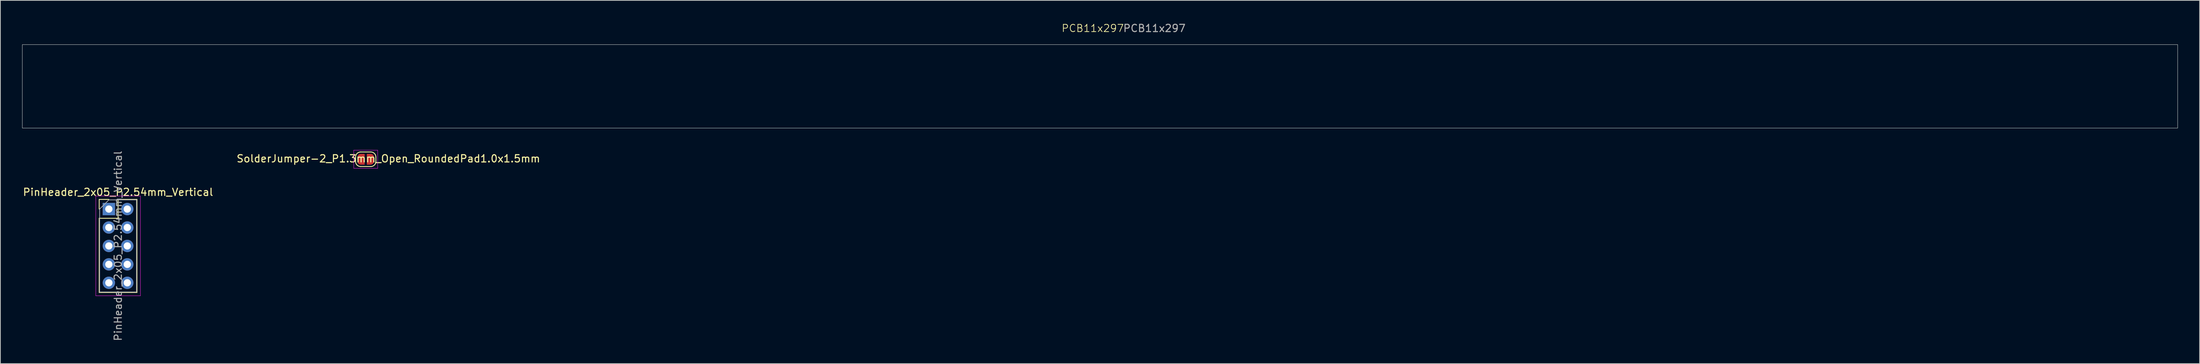
<source format=kicad_pcb>
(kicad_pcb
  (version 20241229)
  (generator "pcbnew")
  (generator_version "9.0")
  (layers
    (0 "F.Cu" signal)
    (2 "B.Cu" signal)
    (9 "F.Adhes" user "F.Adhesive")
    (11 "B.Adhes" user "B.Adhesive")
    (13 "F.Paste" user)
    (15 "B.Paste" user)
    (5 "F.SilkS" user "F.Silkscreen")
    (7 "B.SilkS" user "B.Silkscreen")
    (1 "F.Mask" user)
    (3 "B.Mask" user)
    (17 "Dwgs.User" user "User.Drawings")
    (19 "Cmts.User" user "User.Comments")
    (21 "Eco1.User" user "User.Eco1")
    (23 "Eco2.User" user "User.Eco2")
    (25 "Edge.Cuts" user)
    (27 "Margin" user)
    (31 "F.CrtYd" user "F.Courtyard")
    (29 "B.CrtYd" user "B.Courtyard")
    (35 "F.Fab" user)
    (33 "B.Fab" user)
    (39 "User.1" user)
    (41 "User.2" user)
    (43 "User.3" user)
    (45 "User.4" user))
  (footprint "PCB11x297"
    (layer "F.Cu")
    (at 148.525 8.848)
    (property "Reference" "PCB11x297" (at -1 -8 0) (unlocked yes) (layer "F.SilkS") (effects (font (size 1 1) (thickness 0.1))))
    (fp_rect (start -148.5 -5.75) (end 148.5 5.75) (stroke (width 0.05) (type default)) (fill no) (layer "Edge.Cuts"))
    (fp_text user "${REFERENCE}" (at 7.5 -8 0) (unlocked yes) (layer "F.Fab") (effects (font (size 1 1) (thickness 0.15)))))
  (footprint "SolderJumper-2_P1.3mm_Open_RoundedPad1.0x1.5mm"
    (layer "F.Cu")
    (at 47.346 18.898)
    (property "Reference" "SolderJumper-2_P1.3mm_Open_RoundedPad1.0x1.5mm" (at 3.124 -0.086 180) (layer "F.SilkS") (effects (font (size 1 1) (thickness 0.15))))
    (attr exclude_from_pos_files)
    (fp_line (start -1.4 0.3) (end -1.4 -0.3) (stroke (width 0.12) (type solid)) (layer "F.SilkS"))
    (fp_line (start -0.7 -1) (end 0.7 -1) (stroke (width 0.12) (type solid)) (layer "F.SilkS"))
    (fp_line (start 0.7 1) (end -0.7 1) (stroke (width 0.12) (type solid)) (layer "F.SilkS"))
    (fp_line (start 1.4 -0.3) (end 1.4 0.3) (stroke (width 0.12) (type solid)) (layer "F.SilkS"))
    (fp_arc (start -1.4 -0.3) (mid -1.194975 -0.794975) (end -0.7 -1) (stroke (width 0.12) (type solid)) (layer "F.SilkS"))
    (fp_arc (start -0.7 1) (mid -1.194975 0.794975) (end -1.4 0.3) (stroke (width 0.12) (type solid)) (layer "F.SilkS"))
    (fp_arc (start 0.7 -1) (mid 1.194975 -0.794975) (end 1.4 -0.3) (stroke (width 0.12) (type solid)) (layer "F.SilkS"))
    (fp_arc (start 1.4 0.3) (mid 1.194975 0.794975) (end 0.7 1) (stroke (width 0.12) (type solid)) (layer "F.SilkS"))
    (fp_line (start -1.65 -1.25) (end -1.65 1.25) (stroke (width 0.05) (type solid)) (layer "F.CrtYd"))
    (fp_line (start -1.65 -1.25) (end 1.65 -1.25) (stroke (width 0.05) (type solid)) (layer "F.CrtYd"))
    (fp_line (start 1.65 1.25) (end -1.65 1.25) (stroke (width 0.05) (type solid)) (layer "F.CrtYd"))
    (fp_line (start 1.65 1.25) (end 1.65 -1.25) (stroke (width 0.05) (type solid)) (layer "F.CrtYd"))
    (pad "1" smd custom (at -0.65 0) (size 1 0.5) (layers "F.Cu" "F.Mask") (options (anchor rect)) (primitives (gr_circle (center 0 0.25) (end 0.5 0.25) (width 0) (fill yes)) (gr_circle (center 0 -0.25) (end 0.5 -0.25) (width 0) (fill yes)) (gr_poly (pts (xy 0.5 0.75) (xy 0 0.75) (xy 0 -0.75) (xy 0.5 -0.75)) (width 0) (fill yes))))
    (pad "2" smd custom (at 0.65 0) (size 1 0.5) (layers "F.Cu" "F.Mask") (options (anchor rect)) (primitives (gr_circle (center 0 0.25) (end 0.5 0.25) (width 0) (fill yes)) (gr_circle (center 0 -0.25) (end 0.5 -0.25) (width 0) (fill yes)) (gr_poly (pts (xy 0 0.75) (xy -0.5 0.75) (xy -0.5 -0.75) (xy 0 -0.75)) (width 0) (fill yes)))))
  (footprint "PinHeader_2x05_P2.54mm_Vertical"
    (layer "F.Cu")
    (at 11.95 25.763)
    (property "Reference" "PinHeader_2x05_P2.54mm_Vertical" (at 1.27 -2.33 180) (layer "F.SilkS") (effects (font (size 1 1) (thickness 0.15))))
    (attr through_hole)
    (fp_line (start -1.33 -1.33) (end 0 -1.33) (stroke (width 0.12) (type solid)) (layer "F.SilkS"))
    (fp_line (start -1.33 0) (end -1.33 -1.33) (stroke (width 0.12) (type solid)) (layer "F.SilkS"))
    (fp_line (start -1.33 1.27) (end -1.33 11.49) (stroke (width 0.12) (type solid)) (layer "F.SilkS"))
    (fp_line (start -1.33 1.27) (end 1.27 1.27) (stroke (width 0.12) (type solid)) (layer "F.SilkS"))
    (fp_line (start -1.33 11.49) (end 3.87 11.49) (stroke (width 0.12) (type solid)) (layer "F.SilkS"))
    (fp_line (start 1.27 -1.33) (end 3.87 -1.33) (stroke (width 0.12) (type solid)) (layer "F.SilkS"))
    (fp_line (start 1.27 1.27) (end 1.27 -1.33) (stroke (width 0.12) (type solid)) (layer "F.SilkS"))
    (fp_line (start 3.87 -1.33) (end 3.87 11.49) (stroke (width 0.12) (type solid)) (layer "F.SilkS"))
    (fp_line (start -1.8 -1.8) (end -1.8 11.95) (stroke (width 0.05) (type solid)) (layer "F.CrtYd"))
    (fp_line (start -1.8 11.95) (end 4.35 11.95) (stroke (width 0.05) (type solid)) (layer "F.CrtYd"))
    (fp_line (start 4.35 -1.8) (end -1.8 -1.8) (stroke (width 0.05) (type solid)) (layer "F.CrtYd"))
    (fp_line (start 4.35 11.95) (end 4.35 -1.8) (stroke (width 0.05) (type solid)) (layer "F.CrtYd"))
    (fp_line (start -1.27 0) (end 0 -1.27) (stroke (width 0.1) (type solid)) (layer "F.Fab"))
    (fp_line (start -1.27 11.43) (end -1.27 0) (stroke (width 0.1) (type solid)) (layer "F.Fab"))
    (fp_line (start 0 -1.27) (end 3.81 -1.27) (stroke (width 0.1) (type solid)) (layer "F.Fab"))
    (fp_line (start 3.81 -1.27) (end 3.81 11.43) (stroke (width 0.1) (type solid)) (layer "F.Fab"))
    (fp_line (start 3.81 11.43) (end -1.27 11.43) (stroke (width 0.1) (type solid)) (layer "F.Fab"))
    (fp_text user "${REFERENCE}" (at 1.27 5.08 270) (layer "F.Fab") (effects (font (size 1 1) (thickness 0.15))))
    (pad "1" thru_hole rect (at 0 0) (size 1.7 1.7) (drill 1) (layers "*.Cu" "*.Mask"))
    (pad "2" thru_hole oval (at 2.54 0) (size 1.7 1.7) (drill 1) (layers "*.Cu" "*.Mask"))
    (pad "3" thru_hole oval (at 0 2.54) (size 1.7 1.7) (drill 1) (layers "*.Cu" "*.Mask"))
    (pad "4" thru_hole oval (at 2.54 2.54) (size 1.7 1.7) (drill 1) (layers "*.Cu" "*.Mask"))
    (pad "5" thru_hole oval (at 0 5.08) (size 1.7 1.7) (drill 1) (layers "*.Cu" "*.Mask"))
    (pad "6" thru_hole oval (at 2.54 5.08) (size 1.7 1.7) (drill 1) (layers "*.Cu" "*.Mask"))
    (pad "7" thru_hole oval (at 0 7.62) (size 1.7 1.7) (drill 1) (layers "*.Cu" "*.Mask"))
    (pad "8" thru_hole oval (at 2.54 7.62) (size 1.7 1.7) (drill 1) (layers "*.Cu" "*.Mask"))
    (pad "9" thru_hole oval (at 0 10.16) (size 1.7 1.7) (drill 1) (layers "*.Cu" "*.Mask"))
    (pad "10" thru_hole oval (at 2.54 10.16) (size 1.7 1.7) (drill 1) (layers "*.Cu" "*.Mask")))
  (gr_rect
    (start -3 -3)
    (end 300.05 47.064)
    (stroke (width 0.1) (type default))
    (fill no)
    (layer "Edge.Cuts")))
</source>
